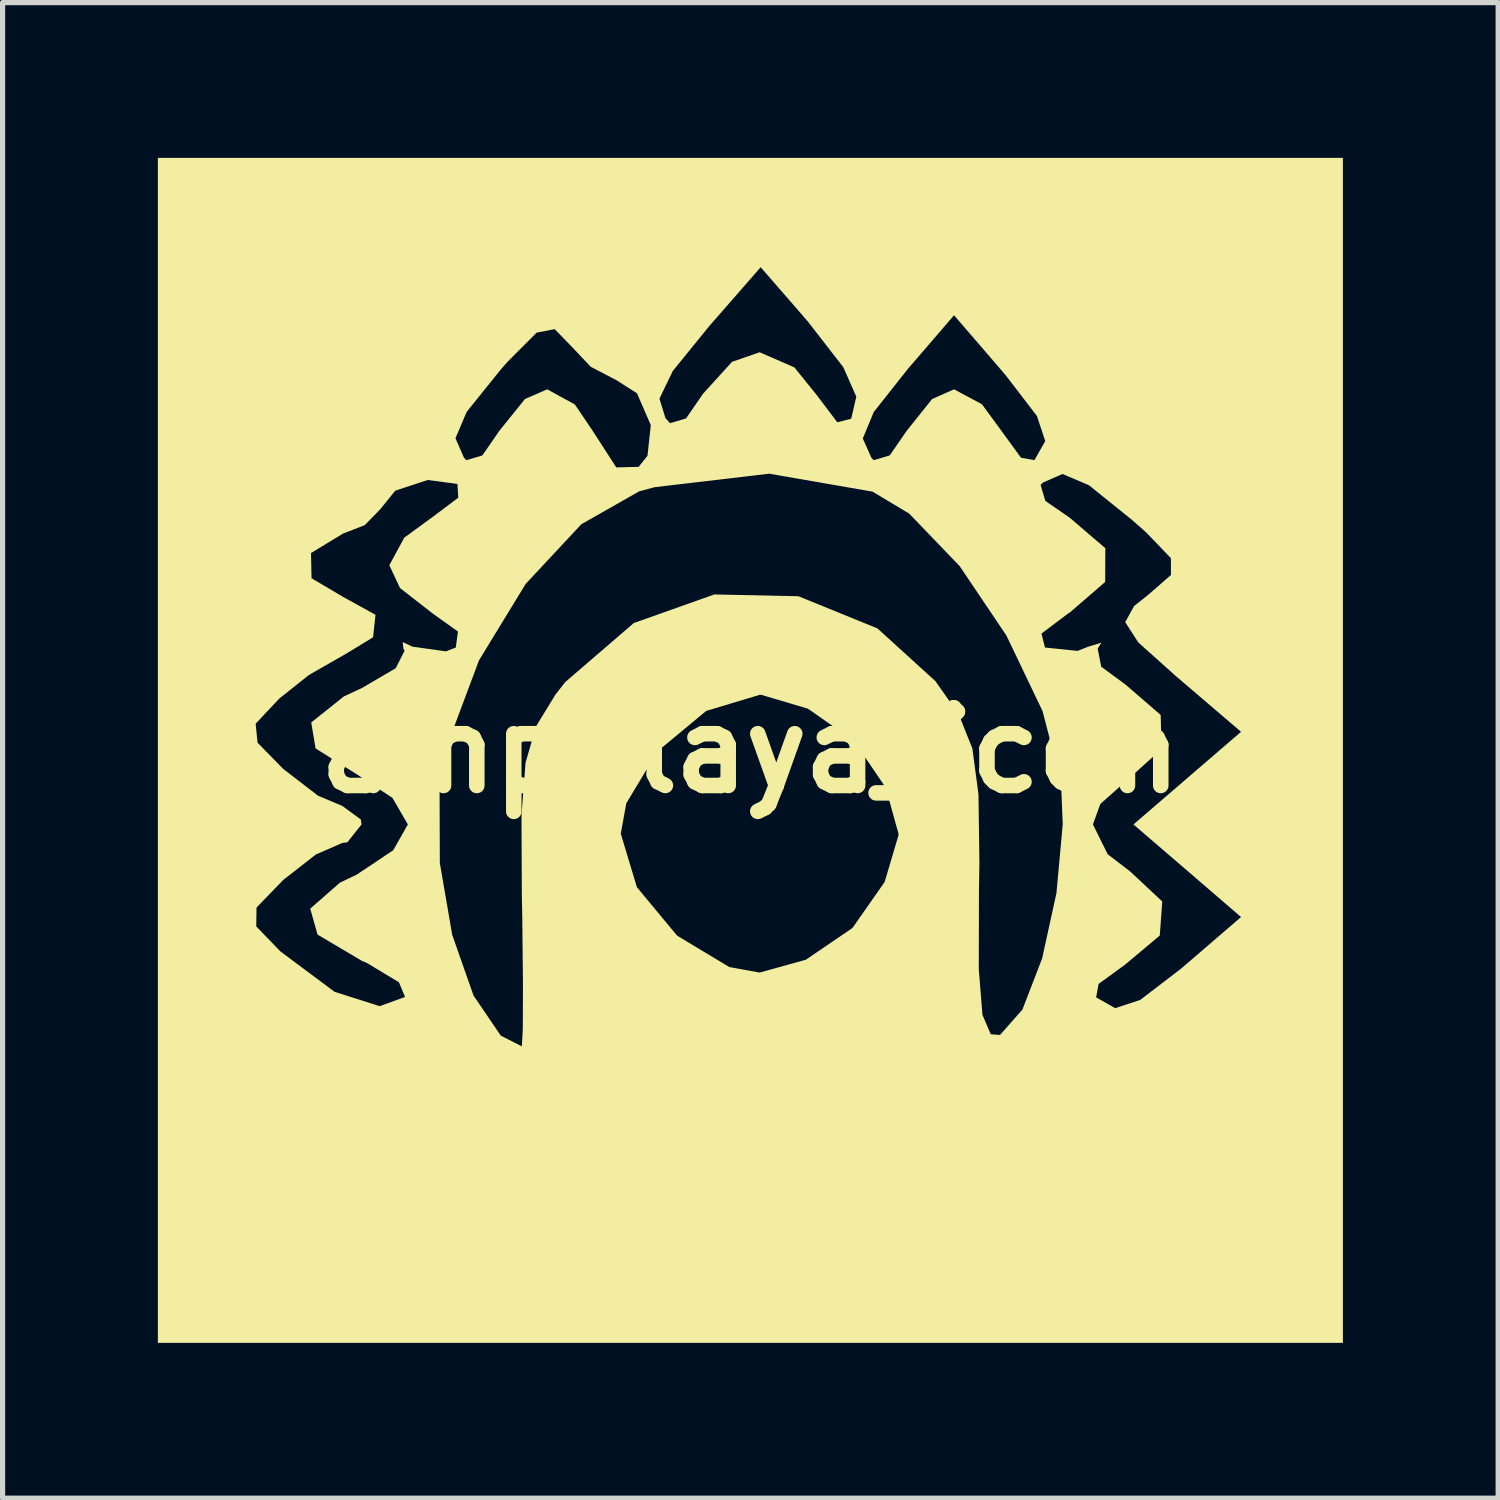
<source format=kicad_pcb>
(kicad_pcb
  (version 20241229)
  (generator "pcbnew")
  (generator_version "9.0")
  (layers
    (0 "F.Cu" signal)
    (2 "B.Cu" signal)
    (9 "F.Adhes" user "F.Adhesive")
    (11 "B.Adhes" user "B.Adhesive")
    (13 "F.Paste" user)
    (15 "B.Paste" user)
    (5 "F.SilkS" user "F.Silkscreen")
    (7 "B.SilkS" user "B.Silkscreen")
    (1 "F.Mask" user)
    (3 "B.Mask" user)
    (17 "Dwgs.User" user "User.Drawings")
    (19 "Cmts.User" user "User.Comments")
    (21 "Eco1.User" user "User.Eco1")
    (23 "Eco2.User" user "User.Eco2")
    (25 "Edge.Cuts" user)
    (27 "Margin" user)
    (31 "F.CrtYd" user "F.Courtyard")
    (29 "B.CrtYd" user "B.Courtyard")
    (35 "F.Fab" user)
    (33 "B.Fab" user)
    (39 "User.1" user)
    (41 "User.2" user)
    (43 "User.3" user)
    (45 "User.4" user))
  (footprint "ampalaya_icon"
    (layer "F.Cu")
    (at 11.448 11.448)
    (property "Reference" "ampalaya_icon" (at 0 0 0) (layer "F.SilkS") (effects (font (size 1.5 1.5) (thickness 0.3))))
    (attr board_only exclude_from_pos_files exclude_from_bom)
    (fp_poly (pts (xy 11.448 0) (xy 11.448 11.448) (xy 0 11.448) (xy -11.448 11.448) (xy -11.448 0) (xy -11.448 -0.515) (xy -9.559 -0.515) (xy -9.522 -0.149) (xy -9.026 0.358) (xy -8.353 0.876) (xy -7.885 1.073) (xy -7.526 1.336) (xy -7.513 1.431) (xy -7.787 1.776) (xy -7.885 1.789) (xy -8.396 2.012) (xy -9.026 2.504) (xy -9.542 3.037) (xy -9.547 3.401) (xy -9.084 3.881) (xy -8.035 4.664) (xy -7.163 4.942) (xy -6.672 4.764) (xy -6.79 4.481) (xy -7.401 4.112) (xy -7.507 4.066) (xy -8.363 3.559) (xy -8.504 3.058) (xy -7.931 2.556) (xy -7.602 2.398) (xy -6.9 1.929) (xy -6.618 1.431) (xy -6.915 0.919) (xy -7.152 0.762) (xy -6.005 0.762) (xy -6 2.176) (xy -5.761 3.563) (xy -5.349 4.737) (xy -4.822 5.512) (xy -4.416 5.718) (xy -4.397 5.391) (xy -4.394 4.514) (xy -4.407 3.254) (xy -4.416 2.758) (xy -4.421 1.61) (xy -2.504 1.61) (xy -2.193 2.643) (xy -1.415 3.58) (xy -0.408 4.186) (xy 0.179 4.293) (xy 1.071 4.045) (xy 1.953 3.445) (xy 1.984 3.415) (xy 2.594 2.543) (xy 2.861 1.642) (xy 2.862 1.61) (xy 2.614 0.718) (xy 2.014 -0.164) (xy 1.984 -0.195) (xy 1.112 -0.805) (xy 0.211 -1.073) (xy 0.179 -1.073) (xy -0.854 -0.762) (xy -1.792 0.016) (xy -2.398 1.023) (xy -2.504 1.61) (xy -4.421 1.61) (xy -4.422 1.245) (xy -4.344 0.238) (xy -4.14 -0.467) (xy -3.766 -1.078) (xy -3.577 -1.32) (xy -2.253 -2.46) (xy -0.696 -3.013) (xy 0.929 -2.978) (xy 2.456 -2.356) (xy 3.577 -1.336) (xy 4.026 -0.695) (xy 4.289 -0.037) (xy 4.407 0.848) (xy 4.425 2.169) (xy 4.416 2.734) (xy 4.413 4.227) (xy 4.484 5.11) (xy 4.644 5.485) (xy 4.823 5.498) (xy 5.256 5.008) (xy 5.637 4.02) (xy 5.914 2.754) (xy 6.035 1.427) (xy 6.002 0.612) (xy 5.645 -0.759) (xy 4.946 -2.22) (xy 4.043 -3.561) (xy 3.068 -4.575) (xy 2.361 -4.999) (xy 1.606 -5.13) (xy 5.607 -5.13) (xy 5.699 -4.82) (xy 6.173 -4.493) (xy 6.858 -3.906) (xy 6.855 -3.254) (xy 6.165 -2.658) (xy 6.139 -2.645) (xy 5.624 -2.256) (xy 5.692 -1.987) (xy 6.321 -1.922) (xy 6.529 -2.004) (xy 6.783 -2.081) (xy 6.71 -1.967) (xy 6.779 -1.616) (xy 7.246 -1.273) (xy 7.927 -0.685) (xy 7.944 -0.027) (xy 7.334 0.526) (xy 6.762 1.035) (xy 6.618 1.431) (xy 6.904 2.007) (xy 7.334 2.336) (xy 7.958 2.919) (xy 7.91 3.577) (xy 7.246 4.135) (xy 6.728 4.512) (xy 6.68 4.772) (xy 7.049 4.981) (xy 7.534 4.82) (xy 8.315 4.222) (xy 8.441 4.114) (xy 9.48 3.22) (xy 8.441 2.325) (xy 7.401 1.431) (xy 8.441 0.536) (xy 9.48 -0.359) (xy 8.236 -1.422) (xy 7.495 -2.085) (xy 7.242 -2.478) (xy 7.413 -2.788) (xy 7.7 -3.017) (xy 8.126 -3.389) (xy 8.125 -3.714) (xy 7.646 -4.212) (xy 7.368 -4.457) (xy 6.541 -5.123) (xy 6.03 -5.34) (xy 5.656 -5.176) (xy 5.607 -5.13) (xy 1.606 -5.13) (xy 0.362 -5.346) (xy -1.848 -5.085) (xy -2.146 -5.006) (xy -3.265 -4.37) (xy -4.341 -3.217) (xy -5.244 -1.738) (xy -5.847 -0.127) (xy -6.005 0.762) (xy -7.152 0.762) (xy -7.602 0.464) (xy -8.401 -0.038) (xy -8.485 -0.539) (xy -7.854 -1.043) (xy -7.507 -1.204) (xy -6.853 -1.587) (xy -6.68 -1.927) (xy -6.702 -1.959) (xy -6.718 -2.092) (xy -6.529 -2.004) (xy -5.882 -1.913) (xy -5.692 -1.987) (xy -5.65 -2.296) (xy -6.139 -2.645) (xy -6.77 -3.137) (xy -6.976 -3.577) (xy -6.687 -4.11) (xy -6.139 -4.51) (xy -5.644 -4.882) (xy -5.66 -5.148) (xy -6.235 -5.224) (xy -6.861 -5.018) (xy -7.155 -4.655) (xy -7.155 -4.654) (xy -7.452 -4.351) (xy -7.87 -4.189) (xy -8.489 -3.813) (xy -8.479 -3.326) (xy -7.87 -2.966) (xy -7.243 -2.62) (xy -7.29 -2.185) (xy -7.781 -1.885) (xy -8.53 -1.456) (xy -9.101 -1.002) (xy -9.559 -0.515) (xy -11.448 -0.515) (xy -11.448 -6.03) (xy -5.698 -6.03) (xy -5.534 -5.656) (xy -5.488 -5.607) (xy -5.178 -5.699) (xy -4.851 -6.173) (xy -4.355 -6.789) (xy -3.925 -6.976) (xy -3.391 -6.683) (xy -3.045 -6.171) (xy -2.591 -5.467) (xy -2.159 -5.478) (xy -1.988 -5.692) (xy -1.952 -6.026) (xy 2.172 -6.026) (xy 2.339 -5.652) (xy 2.383 -5.607) (xy 2.692 -5.699) (xy 3.019 -6.173) (xy 3.511 -6.788) (xy 3.935 -6.976) (xy 4.474 -6.688) (xy 4.851 -6.173) (xy 5.228 -5.655) (xy 5.488 -5.607) (xy 5.697 -5.976) (xy 5.536 -6.461) (xy 4.937 -7.242) (xy 4.83 -7.368) (xy 3.935 -8.407) (xy 3.041 -7.368) (xy 2.384 -6.538) (xy 2.172 -6.026) (xy -1.952 -6.026) (xy -1.924 -6.284) (xy -2.146 -6.796) (xy -1.757 -6.796) (xy -1.641 -6.42) (xy -1.552 -6.322) (xy -1.243 -6.414) (xy -0.916 -6.889) (xy -0.355 -7.507) (xy 0.179 -7.692) (xy 0.851 -7.399) (xy 1.29 -6.855) (xy 1.679 -6.339) (xy 1.948 -6.408) (xy 2.047 -6.833) (xy 1.795 -7.404) (xy 1.115 -8.28) (xy 0.927 -8.498) (xy 0.199 -9.335) (xy -0.795 -8.197) (xy -1.498 -7.332) (xy -1.757 -6.796) (xy -2.146 -6.796) (xy -2.19 -6.899) (xy -2.592 -7.155) (xy -3.084 -7.411) (xy -3.434 -7.781) (xy -3.781 -8.139) (xy -4.13 -8.071) (xy -4.685 -7.515) (xy -4.815 -7.368) (xy -5.481 -6.541) (xy -5.698 -6.03) (xy -11.448 -6.03) (xy -11.448 -11.448) (xy 0 -11.448) (xy 11.448 -11.448)) (stroke (width 0) (type solid)) (fill yes) (layer "F.SilkS")))
  (gr_rect
    (start -3 -3)
    (end 25.896 25.896)
    (stroke (width 0.1) (type default))
    (fill no)
    (layer "Edge.Cuts")))
</source>
